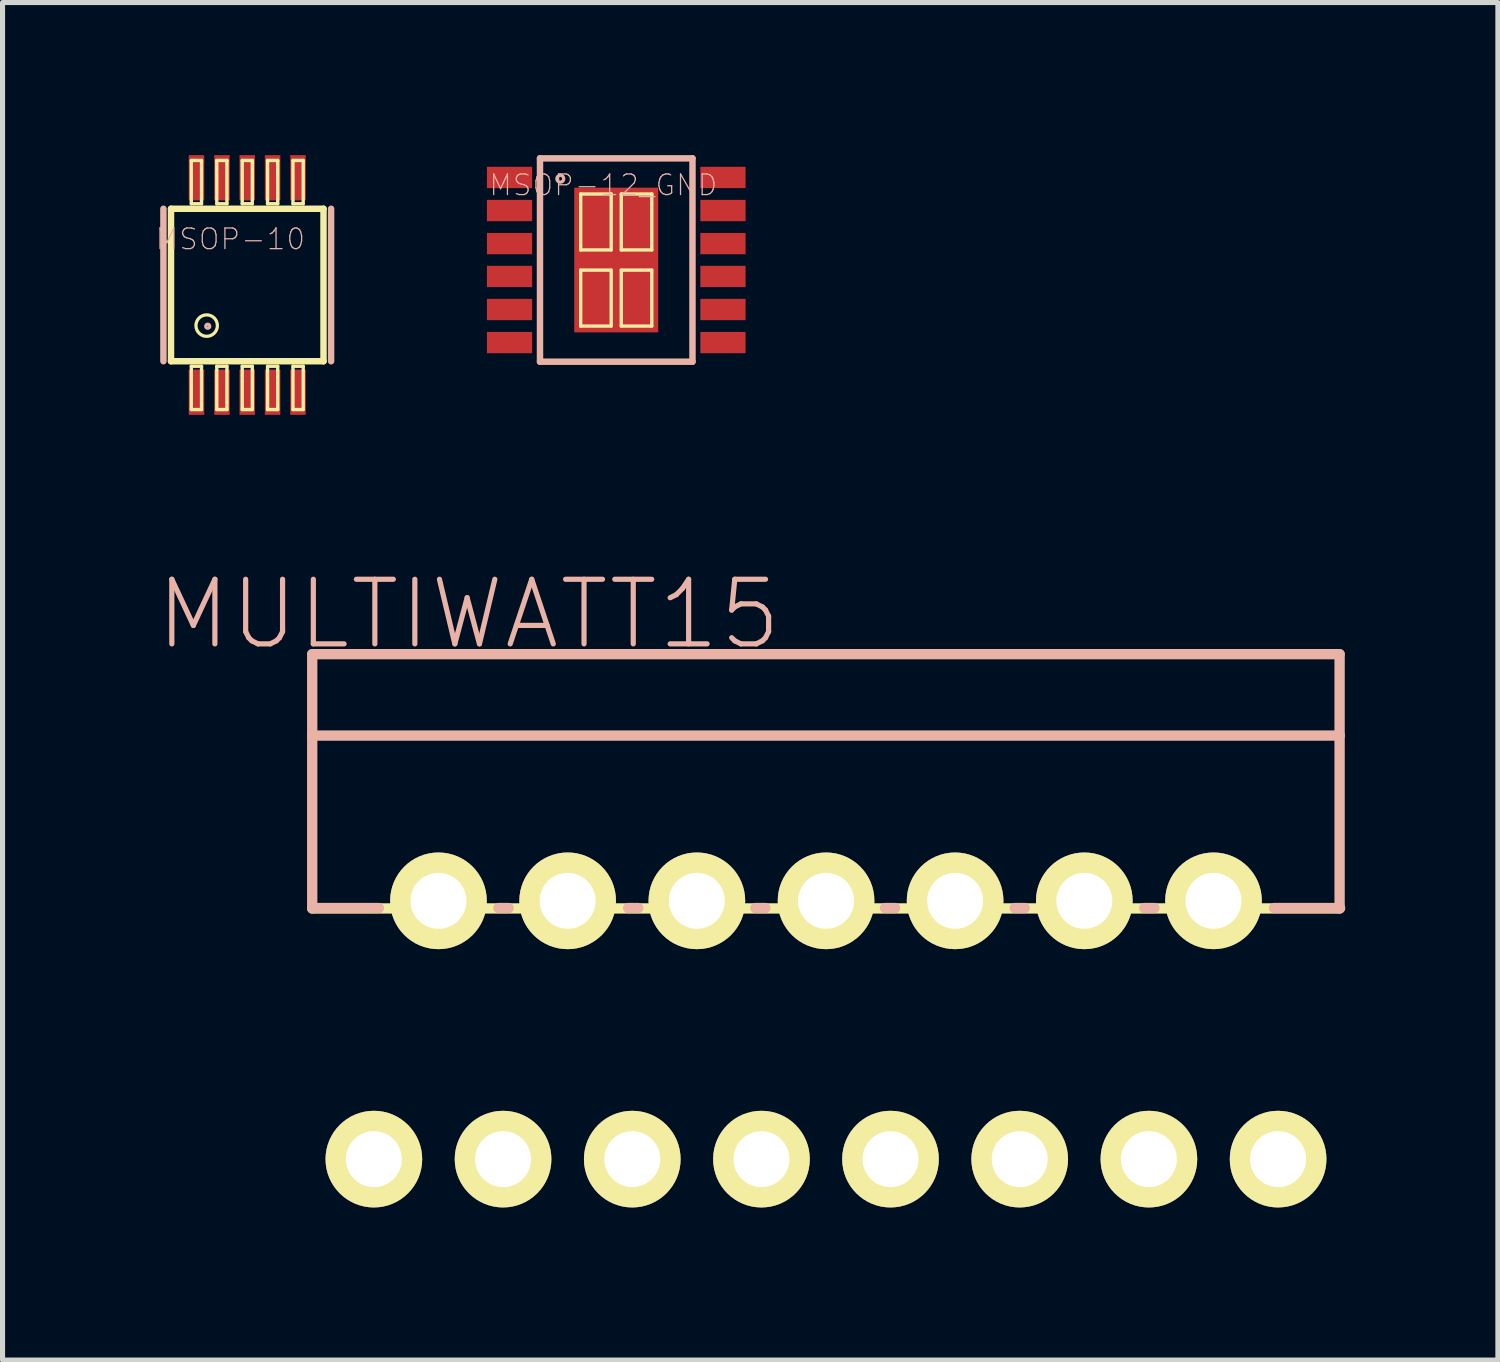
<source format=kicad_pcb>
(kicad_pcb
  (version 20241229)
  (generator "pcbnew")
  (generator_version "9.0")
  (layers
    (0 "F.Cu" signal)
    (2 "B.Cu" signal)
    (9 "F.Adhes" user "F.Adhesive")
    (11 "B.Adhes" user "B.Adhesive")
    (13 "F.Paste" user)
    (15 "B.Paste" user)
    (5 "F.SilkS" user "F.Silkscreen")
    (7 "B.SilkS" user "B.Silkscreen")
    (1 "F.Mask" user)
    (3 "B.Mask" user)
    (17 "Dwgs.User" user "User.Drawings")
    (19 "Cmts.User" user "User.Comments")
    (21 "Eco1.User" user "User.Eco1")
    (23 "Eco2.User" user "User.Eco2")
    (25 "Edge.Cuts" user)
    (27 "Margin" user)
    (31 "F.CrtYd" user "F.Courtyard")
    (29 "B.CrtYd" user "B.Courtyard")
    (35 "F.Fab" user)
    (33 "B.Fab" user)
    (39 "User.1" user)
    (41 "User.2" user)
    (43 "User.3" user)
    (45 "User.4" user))
  (footprint "MSOP-12_GND"
    (layer "F.Cu")
    (at 9.065 2.062)
    (property "Reference" "MSOP-12_GND" (at -0.254 -1.473 0) (layer "B.SilkS") (effects (font (size 0.406 0.406) (thickness 0.025))))
    (attr smd)
    (fp_line (start -0.699 -1.298) (end -0.099 -1.298) (stroke (width 0.066) (type solid)) (layer "F.SilkS"))
    (fp_line (start -0.699 -0.198) (end -0.699 -1.298) (stroke (width 0.066) (type solid)) (layer "F.SilkS"))
    (fp_line (start -0.699 -0.198) (end -0.099 -0.198) (stroke (width 0.066) (type solid)) (layer "F.SilkS"))
    (fp_line (start -0.699 0.198) (end -0.099 0.198) (stroke (width 0.066) (type solid)) (layer "F.SilkS"))
    (fp_line (start -0.699 1.298) (end -0.699 0.198) (stroke (width 0.066) (type solid)) (layer "F.SilkS"))
    (fp_line (start -0.699 1.298) (end -0.099 1.298) (stroke (width 0.066) (type solid)) (layer "F.SilkS"))
    (fp_line (start -0.099 -0.198) (end -0.099 -1.298) (stroke (width 0.066) (type solid)) (layer "F.SilkS"))
    (fp_line (start -0.099 1.298) (end -0.099 0.198) (stroke (width 0.066) (type solid)) (layer "F.SilkS"))
    (fp_line (start 0.099 -1.298) (end 0.699 -1.298) (stroke (width 0.066) (type solid)) (layer "F.SilkS"))
    (fp_line (start 0.099 -0.198) (end 0.099 -1.298) (stroke (width 0.066) (type solid)) (layer "F.SilkS"))
    (fp_line (start 0.099 -0.198) (end 0.699 -0.198) (stroke (width 0.066) (type solid)) (layer "F.SilkS"))
    (fp_line (start 0.099 0.198) (end 0.699 0.198) (stroke (width 0.066) (type solid)) (layer "F.SilkS"))
    (fp_line (start 0.099 1.298) (end 0.099 0.198) (stroke (width 0.066) (type solid)) (layer "F.SilkS"))
    (fp_line (start 0.099 1.298) (end 0.699 1.298) (stroke (width 0.066) (type solid)) (layer "F.SilkS"))
    (fp_line (start 0.699 -0.198) (end 0.699 -1.298) (stroke (width 0.066) (type solid)) (layer "F.SilkS"))
    (fp_line (start 0.699 1.298) (end 0.699 0.198) (stroke (width 0.066) (type solid)) (layer "F.SilkS"))
    (fp_line (start -1.499 -1.999) (end -1.499 1.999) (stroke (width 0.127) (type solid)) (layer "B.SilkS"))
    (fp_line (start -1.499 1.999) (end 1.499 1.999) (stroke (width 0.127) (type solid)) (layer "B.SilkS"))
    (fp_line (start 1.499 -1.999) (end -1.499 -1.999) (stroke (width 0.127) (type solid)) (layer "B.SilkS"))
    (fp_line (start 1.499 1.999) (end 1.499 -1.999) (stroke (width 0.127) (type solid)) (layer "B.SilkS"))
    (fp_circle (center -1.1 -1.598) (end -1.148 -1.646) (stroke (width 0.064) (type solid)) (fill no) (layer "B.SilkS"))
    (pad "1" smd rect (at -2.098 -1.623 180) (size 0.889 0.419) (layers "F.Cu" "F.Mask" "F.Paste"))
    (pad "2" smd rect (at -2.098 -0.973 180) (size 0.889 0.419) (layers "F.Cu" "F.Mask" "F.Paste"))
    (pad "3" smd rect (at -2.098 -0.323 180) (size 0.889 0.419) (layers "F.Cu" "F.Mask" "F.Paste"))
    (pad "4" smd rect (at -2.098 0.323 180) (size 0.889 0.419) (layers "F.Cu" "F.Mask" "F.Paste"))
    (pad "5" smd rect (at -2.098 0.973 180) (size 0.889 0.419) (layers "F.Cu" "F.Mask" "F.Paste"))
    (pad "6" smd rect (at -2.098 1.623 180) (size 0.889 0.419) (layers "F.Cu" "F.Mask" "F.Paste"))
    (pad "7" smd rect (at 2.098 1.623 180) (size 0.889 0.419) (layers "F.Cu" "F.Mask" "F.Paste"))
    (pad "8" smd rect (at 2.098 0.973 180) (size 0.889 0.419) (layers "F.Cu" "F.Mask" "F.Paste"))
    (pad "9" smd rect (at 2.098 0.323 180) (size 0.889 0.419) (layers "F.Cu" "F.Mask" "F.Paste"))
    (pad "10" smd rect (at 2.098 -0.323 180) (size 0.889 0.419) (layers "F.Cu" "F.Mask" "F.Paste"))
    (pad "11" smd rect (at 2.098 -0.973 180) (size 0.889 0.419) (layers "F.Cu" "F.Mask" "F.Paste"))
    (pad "12" smd rect (at 2.098 -1.623 180) (size 0.889 0.419) (layers "F.Cu" "F.Mask" "F.Paste"))
    (pad "13" smd rect (at 0 0 90) (size 2.845 1.651) (layers "F.Cu" "F.Mask" "F.Paste")))
  (footprint "MSOP-10"
    (layer "F.Cu")
    (at 1.811 2.553)
    (property "Reference" "MSOP-10" (at -0.333 -0.902 0) (layer "B.SilkS") (effects (font (size 0.406 0.406) (thickness 0.025))))
    (attr smd)
    (fp_line (start -1.499 -1.499) (end -1.499 1.499) (stroke (width 0.127) (type solid)) (layer "F.SilkS"))
    (fp_line (start -1.499 1.499) (end 1.499 1.499) (stroke (width 0.127) (type solid)) (layer "F.SilkS"))
    (fp_line (start -1.1 -2.449) (end -0.899 -2.449) (stroke (width 0.066) (type solid)) (layer "F.SilkS"))
    (fp_line (start -1.1 -1.598) (end -1.1 -2.449) (stroke (width 0.066) (type solid)) (layer "F.SilkS"))
    (fp_line (start -1.1 -1.598) (end -0.899 -1.598) (stroke (width 0.066) (type solid)) (layer "F.SilkS"))
    (fp_line (start -1.1 1.598) (end -0.899 1.598) (stroke (width 0.066) (type solid)) (layer "F.SilkS"))
    (fp_line (start -1.1 2.449) (end -1.1 1.598) (stroke (width 0.066) (type solid)) (layer "F.SilkS"))
    (fp_line (start -1.1 2.449) (end -0.899 2.449) (stroke (width 0.066) (type solid)) (layer "F.SilkS"))
    (fp_line (start -0.899 -1.598) (end -0.899 -2.449) (stroke (width 0.066) (type solid)) (layer "F.SilkS"))
    (fp_line (start -0.899 2.449) (end -0.899 1.598) (stroke (width 0.066) (type solid)) (layer "F.SilkS"))
    (fp_line (start -0.599 -2.449) (end -0.399 -2.449) (stroke (width 0.066) (type solid)) (layer "F.SilkS"))
    (fp_line (start -0.599 -1.598) (end -0.599 -2.449) (stroke (width 0.066) (type solid)) (layer "F.SilkS"))
    (fp_line (start -0.599 -1.598) (end -0.399 -1.598) (stroke (width 0.066) (type solid)) (layer "F.SilkS"))
    (fp_line (start -0.599 1.598) (end -0.399 1.598) (stroke (width 0.066) (type solid)) (layer "F.SilkS"))
    (fp_line (start -0.599 2.449) (end -0.599 1.598) (stroke (width 0.066) (type solid)) (layer "F.SilkS"))
    (fp_line (start -0.599 2.449) (end -0.399 2.449) (stroke (width 0.066) (type solid)) (layer "F.SilkS"))
    (fp_line (start -0.399 -1.598) (end -0.399 -2.449) (stroke (width 0.066) (type solid)) (layer "F.SilkS"))
    (fp_line (start -0.399 2.449) (end -0.399 1.598) (stroke (width 0.066) (type solid)) (layer "F.SilkS"))
    (fp_line (start -0.099 -2.449) (end 0.099 -2.449) (stroke (width 0.066) (type solid)) (layer "F.SilkS"))
    (fp_line (start -0.099 -1.598) (end -0.099 -2.449) (stroke (width 0.066) (type solid)) (layer "F.SilkS"))
    (fp_line (start -0.099 -1.598) (end 0.099 -1.598) (stroke (width 0.066) (type solid)) (layer "F.SilkS"))
    (fp_line (start -0.099 1.598) (end 0.099 1.598) (stroke (width 0.066) (type solid)) (layer "F.SilkS"))
    (fp_line (start -0.099 2.449) (end -0.099 1.598) (stroke (width 0.066) (type solid)) (layer "F.SilkS"))
    (fp_line (start -0.099 2.449) (end 0.099 2.449) (stroke (width 0.066) (type solid)) (layer "F.SilkS"))
    (fp_line (start 0.099 -1.598) (end 0.099 -2.449) (stroke (width 0.066) (type solid)) (layer "F.SilkS"))
    (fp_line (start 0.099 2.449) (end 0.099 1.598) (stroke (width 0.066) (type solid)) (layer "F.SilkS"))
    (fp_line (start 0.399 -2.449) (end 0.599 -2.449) (stroke (width 0.066) (type solid)) (layer "F.SilkS"))
    (fp_line (start 0.399 -1.598) (end 0.399 -2.449) (stroke (width 0.066) (type solid)) (layer "F.SilkS"))
    (fp_line (start 0.399 -1.598) (end 0.599 -1.598) (stroke (width 0.066) (type solid)) (layer "F.SilkS"))
    (fp_line (start 0.399 1.598) (end 0.599 1.598) (stroke (width 0.066) (type solid)) (layer "F.SilkS"))
    (fp_line (start 0.399 2.449) (end 0.399 1.598) (stroke (width 0.066) (type solid)) (layer "F.SilkS"))
    (fp_line (start 0.399 2.449) (end 0.599 2.449) (stroke (width 0.066) (type solid)) (layer "F.SilkS"))
    (fp_line (start 0.599 -1.598) (end 0.599 -2.449) (stroke (width 0.066) (type solid)) (layer "F.SilkS"))
    (fp_line (start 0.599 2.449) (end 0.599 1.598) (stroke (width 0.066) (type solid)) (layer "F.SilkS"))
    (fp_line (start 0.899 -2.449) (end 1.1 -2.449) (stroke (width 0.066) (type solid)) (layer "F.SilkS"))
    (fp_line (start 0.899 -1.598) (end 0.899 -2.449) (stroke (width 0.066) (type solid)) (layer "F.SilkS"))
    (fp_line (start 0.899 -1.598) (end 1.1 -1.598) (stroke (width 0.066) (type solid)) (layer "F.SilkS"))
    (fp_line (start 0.899 1.598) (end 1.1 1.598) (stroke (width 0.066) (type solid)) (layer "F.SilkS"))
    (fp_line (start 0.899 2.449) (end 0.899 1.598) (stroke (width 0.066) (type solid)) (layer "F.SilkS"))
    (fp_line (start 0.899 2.449) (end 1.1 2.449) (stroke (width 0.066) (type solid)) (layer "F.SilkS"))
    (fp_line (start 1.1 -1.598) (end 1.1 -2.449) (stroke (width 0.066) (type solid)) (layer "F.SilkS"))
    (fp_line (start 1.1 2.449) (end 1.1 1.598) (stroke (width 0.066) (type solid)) (layer "F.SilkS"))
    (fp_line (start 1.499 -1.499) (end -1.499 -1.499) (stroke (width 0.127) (type solid)) (layer "F.SilkS"))
    (fp_line (start 1.499 1.499) (end 1.499 -1.499) (stroke (width 0.127) (type solid)) (layer "F.SilkS"))
    (fp_circle (center -0.798 0.798) (end -0.947 0.947) (stroke (width 0.064) (type solid)) (fill no) (layer "F.SilkS"))
    (fp_line (start -1.648 -1.499) (end -1.648 1.499) (stroke (width 0.127) (type solid)) (layer "B.SilkS"))
    (fp_line (start 1.648 -1.499) (end 1.648 1.499) (stroke (width 0.127) (type solid)) (layer "B.SilkS"))
    (fp_circle (center -0.777 0.81) (end -0.805 0.838) (stroke (width 0.064) (type solid)) (fill no) (layer "B.SilkS"))
    (pad "1" smd rect (at -0.998 2.108) (size 0.305 0.889) (layers "F.Cu" "F.Mask" "F.Paste"))
    (pad "2" smd rect (at -0.498 2.108) (size 0.305 0.889) (layers "F.Cu" "F.Mask" "F.Paste"))
    (pad "3" smd rect (at 0 2.108) (size 0.305 0.889) (layers "F.Cu" "F.Mask" "F.Paste"))
    (pad "4" smd rect (at 0.498 2.108) (size 0.305 0.889) (layers "F.Cu" "F.Mask" "F.Paste"))
    (pad "5" smd rect (at 0.998 2.108) (size 0.305 0.889) (layers "F.Cu" "F.Mask" "F.Paste"))
    (pad "6" smd rect (at 0.998 -2.108) (size 0.305 0.889) (layers "F.Cu" "F.Mask" "F.Paste"))
    (pad "7" smd rect (at 0.498 -2.108) (size 0.305 0.889) (layers "F.Cu" "F.Mask" "F.Paste"))
    (pad "8" smd rect (at 0 -2.108) (size 0.305 0.889) (layers "F.Cu" "F.Mask" "F.Paste"))
    (pad "9" smd rect (at -0.498 -2.108) (size 0.305 0.889) (layers "F.Cu" "F.Mask" "F.Paste"))
    (pad "10" smd rect (at -0.998 -2.108) (size 0.305 0.889) (layers "F.Cu" "F.Mask" "F.Paste")))
  (footprint "MULTIWATT15"
    (layer "F.Cu")
    (at 13.248 17.35)
    (property "Reference" "MULTIWATT15" (at -7.084 -8.324 0) (layer "B.SilkS") (effects (font (size 1.27 1.27) (thickness 0.102))))
    (attr exclude_from_pos_files exclude_from_bom)
    (fp_line (start 10.038 -2.54) (end -10.16 -2.54) (stroke (width 0.203) (type solid)) (layer "F.SilkS"))
    (fp_line (start -10.16 -7.539) (end 10.038 -7.539) (stroke (width 0.203) (type solid)) (layer "B.SilkS"))
    (fp_line (start -10.16 -5.939) (end -10.16 -7.539) (stroke (width 0.203) (type solid)) (layer "B.SilkS"))
    (fp_line (start -10.16 -5.939) (end 10.038 -5.939) (stroke (width 0.203) (type solid)) (layer "B.SilkS"))
    (fp_line (start -10.16 -2.54) (end -10.16 -5.939) (stroke (width 0.203) (type solid)) (layer "B.SilkS"))
    (fp_line (start -10.15 -2.548) (end -8.849 -2.548) (stroke (width 0.203) (type solid)) (layer "B.SilkS"))
    (fp_line (start -6.5 -2.548) (end -6.299 -2.548) (stroke (width 0.203) (type solid)) (layer "B.SilkS"))
    (fp_line (start -3.95 -2.548) (end -3.749 -2.548) (stroke (width 0.203) (type solid)) (layer "B.SilkS"))
    (fp_line (start -1.448 -2.548) (end -1.25 -2.548) (stroke (width 0.203) (type solid)) (layer "B.SilkS"))
    (fp_line (start 1.1 -2.548) (end 1.298 -2.548) (stroke (width 0.203) (type solid)) (layer "B.SilkS"))
    (fp_line (start 3.65 -2.548) (end 3.848 -2.548) (stroke (width 0.203) (type solid)) (layer "B.SilkS"))
    (fp_line (start 6.198 -2.548) (end 6.398 -2.548) (stroke (width 0.203) (type solid)) (layer "B.SilkS"))
    (fp_line (start 10.038 -7.539) (end 10.038 -5.939) (stroke (width 0.203) (type solid)) (layer "B.SilkS"))
    (fp_line (start 10.038 -5.939) (end 10.038 -2.54) (stroke (width 0.203) (type solid)) (layer "B.SilkS"))
    (fp_line (start 10.048 -2.548) (end 8.748 -2.548) (stroke (width 0.203) (type solid)) (layer "B.SilkS"))
    (pad "1" thru_hole circle (at -8.948 2.388) (size 1.9 1.9) (drill 1.1) (layers "*.Cu" "F.Mask" "F.SilkS" "F.Paste"))
    (pad "2" thru_hole circle (at -7.678 -2.69) (size 1.9 1.9) (drill 1.1) (layers "*.Cu" "F.Mask" "F.SilkS" "F.Paste"))
    (pad "3" thru_hole circle (at -6.408 2.388) (size 1.9 1.9) (drill 1.1) (layers "*.Cu" "F.Mask" "F.SilkS" "F.Paste"))
    (pad "4" thru_hole circle (at -5.138 -2.69) (size 1.9 1.9) (drill 1.1) (layers "*.Cu" "F.Mask" "F.SilkS" "F.Paste"))
    (pad "5" thru_hole circle (at -3.868 2.388) (size 1.9 1.9) (drill 1.1) (layers "*.Cu" "F.Mask" "F.SilkS" "F.Paste"))
    (pad "6" thru_hole circle (at -2.598 -2.69) (size 1.9 1.9) (drill 1.1) (layers "*.Cu" "F.Mask" "F.SilkS" "F.Paste"))
    (pad "7" thru_hole circle (at -1.328 2.388) (size 1.9 1.9) (drill 1.1) (layers "*.Cu" "F.Mask" "F.SilkS" "F.Paste"))
    (pad "8" thru_hole circle (at -0.058 -2.69) (size 1.9 1.9) (drill 1.1) (layers "*.Cu" "F.Mask" "F.SilkS" "F.Paste"))
    (pad "9" thru_hole circle (at 1.209 2.388) (size 1.9 1.9) (drill 1.1) (layers "*.Cu" "F.Mask" "F.SilkS" "F.Paste"))
    (pad "10" thru_hole circle (at 2.479 -2.69) (size 1.9 1.9) (drill 1.1) (layers "*.Cu" "F.Mask" "F.SilkS" "F.Paste"))
    (pad "11" thru_hole circle (at 3.749 2.388) (size 1.9 1.9) (drill 1.1) (layers "*.Cu" "F.Mask" "F.SilkS" "F.Paste"))
    (pad "12" thru_hole circle (at 5.019 -2.69) (size 1.9 1.9) (drill 1.1) (layers "*.Cu" "F.Mask" "F.SilkS" "F.Paste"))
    (pad "13" thru_hole circle (at 6.289 2.388) (size 1.9 1.9) (drill 1.1) (layers "*.Cu" "F.Mask" "F.SilkS" "F.Paste"))
    (pad "14" thru_hole circle (at 7.559 -2.69) (size 1.9 1.9) (drill 1.1) (layers "*.Cu" "F.Mask" "F.SilkS" "F.Paste"))
    (pad "15" thru_hole circle (at 8.829 2.388) (size 1.9 1.9) (drill 1.1) (layers "*.Cu" "F.Mask" "F.SilkS" "F.Paste")))
  (gr_rect
    (start -3 -3)
    (end 26.398 23.688)
    (stroke (width 0.1) (type default))
    (fill no)
    (layer "Edge.Cuts")))
</source>
